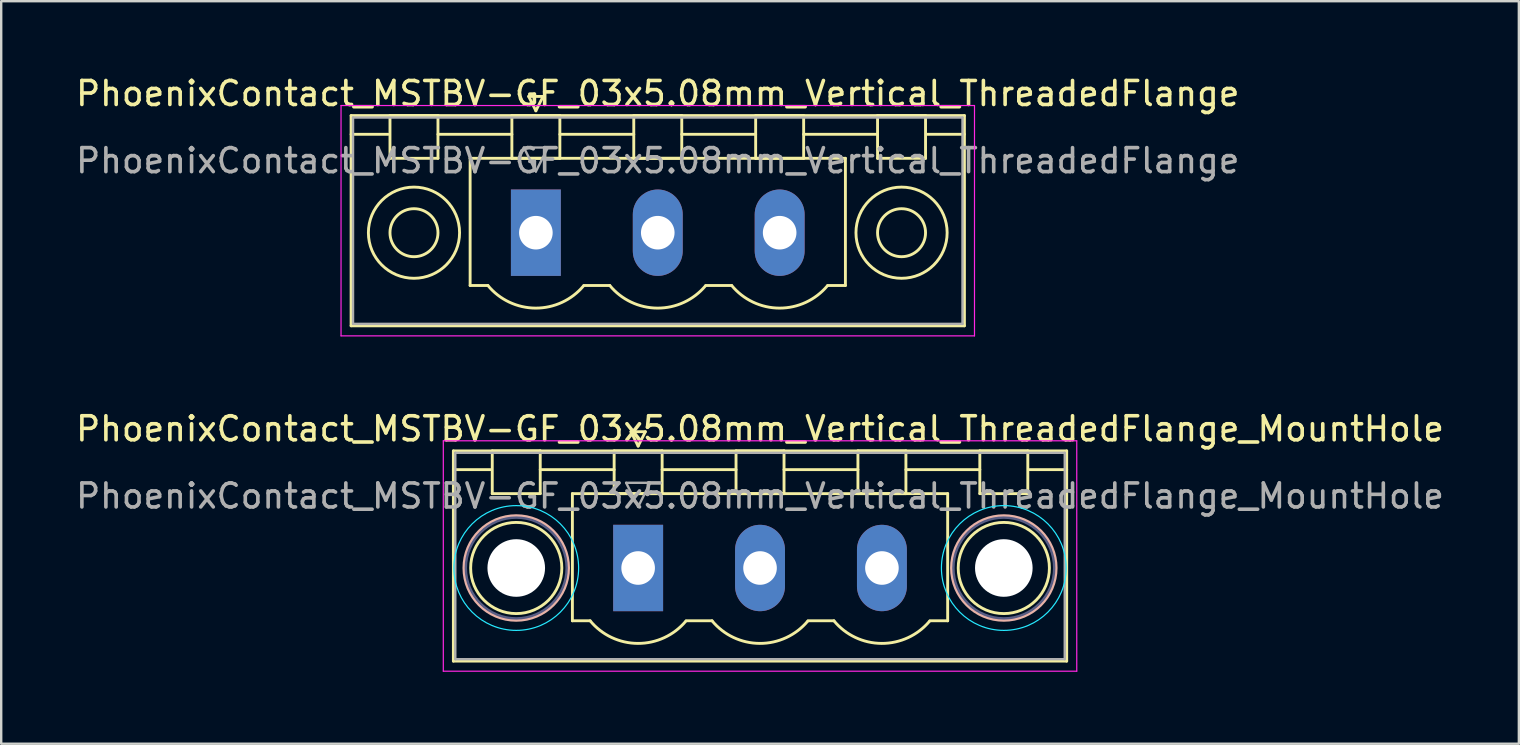
<source format=kicad_pcb>
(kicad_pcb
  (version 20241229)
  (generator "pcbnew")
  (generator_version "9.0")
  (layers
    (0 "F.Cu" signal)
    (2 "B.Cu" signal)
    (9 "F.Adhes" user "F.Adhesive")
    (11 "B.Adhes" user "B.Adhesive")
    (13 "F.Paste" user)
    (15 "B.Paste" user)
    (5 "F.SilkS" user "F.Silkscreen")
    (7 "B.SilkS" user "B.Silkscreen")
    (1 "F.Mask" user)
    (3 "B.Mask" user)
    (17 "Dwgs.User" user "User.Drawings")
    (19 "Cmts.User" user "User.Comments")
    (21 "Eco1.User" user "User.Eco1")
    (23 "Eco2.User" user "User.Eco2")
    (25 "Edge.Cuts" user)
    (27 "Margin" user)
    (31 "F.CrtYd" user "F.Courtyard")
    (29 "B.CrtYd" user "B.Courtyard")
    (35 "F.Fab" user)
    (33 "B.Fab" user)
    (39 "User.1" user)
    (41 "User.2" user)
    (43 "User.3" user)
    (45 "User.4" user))
  (footprint "PhoenixContact_MSTBV-GF_03x5.08mm_Vertical_ThreadedFlange_MountHole"
    (layer "F.Cu")
    (at 23.545 20.622)
    (property "Reference" "PhoenixContact_MSTBV-GF_03x5.08mm_Vertical_ThreadedFlange_MountHole" (at 5.08 -5.8 0) (layer "F.SilkS") (effects (font (size 1 1) (thickness 0.15))))
    (attr through_hole)
    (fp_line (start -7.7 -4.88) (end -7.7 3.88) (stroke (width 0.12) (type solid)) (layer "F.SilkS"))
    (fp_line (start -7.7 -4.1) (end -6.16 -4.1) (stroke (width 0.12) (type solid)) (layer "F.SilkS"))
    (fp_line (start -7.7 3.88) (end 17.86 3.88) (stroke (width 0.12) (type solid)) (layer "F.SilkS"))
    (fp_line (start -6.08 -4.88) (end -4.08 -4.88) (stroke (width 0.12) (type solid)) (layer "F.SilkS"))
    (fp_line (start -6.08 -3.1) (end -6.08 -4.88) (stroke (width 0.12) (type solid)) (layer "F.SilkS"))
    (fp_line (start -4.08 -4.88) (end -4.08 -3.1) (stroke (width 0.12) (type solid)) (layer "F.SilkS"))
    (fp_line (start -4.08 -4.1) (end -1 -4.1) (stroke (width 0.12) (type solid)) (layer "F.SilkS"))
    (fp_line (start -4.08 -3.1) (end -6.08 -3.1) (stroke (width 0.12) (type solid)) (layer "F.SilkS"))
    (fp_line (start -2.74 -3.1) (end 12.9 -3.1) (stroke (width 0.12) (type solid)) (layer "F.SilkS"))
    (fp_line (start -2.74 2.2) (end -2.74 -3.1) (stroke (width 0.12) (type solid)) (layer "F.SilkS"))
    (fp_line (start -2 2.2) (end -2.74 2.2) (stroke (width 0.12) (type solid)) (layer "F.SilkS"))
    (fp_line (start -1 -4.88) (end 1 -4.88) (stroke (width 0.12) (type solid)) (layer "F.SilkS"))
    (fp_line (start -1 -3.1) (end -1 -4.88) (stroke (width 0.12) (type solid)) (layer "F.SilkS"))
    (fp_line (start -0.3 -5.68) (end 0.3 -5.68) (stroke (width 0.12) (type solid)) (layer "F.SilkS"))
    (fp_line (start 0 -5.08) (end -0.3 -5.68) (stroke (width 0.12) (type solid)) (layer "F.SilkS"))
    (fp_line (start 0.3 -5.68) (end 0 -5.08) (stroke (width 0.12) (type solid)) (layer "F.SilkS"))
    (fp_line (start 1 -4.88) (end 1 -3.1) (stroke (width 0.12) (type solid)) (layer "F.SilkS"))
    (fp_line (start 1 -4.1) (end 4.08 -4.1) (stroke (width 0.12) (type solid)) (layer "F.SilkS"))
    (fp_line (start 1 -3.1) (end -1 -3.1) (stroke (width 0.12) (type solid)) (layer "F.SilkS"))
    (fp_line (start 2 2.2) (end 3.08 2.2) (stroke (width 0.12) (type solid)) (layer "F.SilkS"))
    (fp_line (start 4.08 -4.88) (end 6.08 -4.88) (stroke (width 0.12) (type solid)) (layer "F.SilkS"))
    (fp_line (start 4.08 -3.1) (end 4.08 -4.88) (stroke (width 0.12) (type solid)) (layer "F.SilkS"))
    (fp_line (start 6.08 -4.88) (end 6.08 -3.1) (stroke (width 0.12) (type solid)) (layer "F.SilkS"))
    (fp_line (start 6.08 -4.1) (end 9.16 -4.1) (stroke (width 0.12) (type solid)) (layer "F.SilkS"))
    (fp_line (start 6.08 -3.1) (end 4.08 -3.1) (stroke (width 0.12) (type solid)) (layer "F.SilkS"))
    (fp_line (start 7.08 2.2) (end 8.16 2.2) (stroke (width 0.12) (type solid)) (layer "F.SilkS"))
    (fp_line (start 9.16 -4.88) (end 11.16 -4.88) (stroke (width 0.12) (type solid)) (layer "F.SilkS"))
    (fp_line (start 9.16 -3.1) (end 9.16 -4.88) (stroke (width 0.12) (type solid)) (layer "F.SilkS"))
    (fp_line (start 11.16 -4.88) (end 11.16 -3.1) (stroke (width 0.12) (type solid)) (layer "F.SilkS"))
    (fp_line (start 11.16 -4.1) (end 14.24 -4.1) (stroke (width 0.12) (type solid)) (layer "F.SilkS"))
    (fp_line (start 11.16 -3.1) (end 9.16 -3.1) (stroke (width 0.12) (type solid)) (layer "F.SilkS"))
    (fp_line (start 12.9 -3.1) (end 12.9 2.2) (stroke (width 0.12) (type solid)) (layer "F.SilkS"))
    (fp_line (start 12.9 2.2) (end 12.16 2.2) (stroke (width 0.12) (type solid)) (layer "F.SilkS"))
    (fp_line (start 14.24 -4.88) (end 16.24 -4.88) (stroke (width 0.12) (type solid)) (layer "F.SilkS"))
    (fp_line (start 14.24 -3.1) (end 14.24 -4.88) (stroke (width 0.12) (type solid)) (layer "F.SilkS"))
    (fp_line (start 16.24 -4.88) (end 16.24 -3.1) (stroke (width 0.12) (type solid)) (layer "F.SilkS"))
    (fp_line (start 16.24 -3.1) (end 14.24 -3.1) (stroke (width 0.12) (type solid)) (layer "F.SilkS"))
    (fp_line (start 17.86 -4.88) (end -7.7 -4.88) (stroke (width 0.12) (type solid)) (layer "F.SilkS"))
    (fp_line (start 17.86 -4.1) (end 16.32 -4.1) (stroke (width 0.12) (type solid)) (layer "F.SilkS"))
    (fp_line (start 17.86 3.88) (end 17.86 -4.88) (stroke (width 0.12) (type solid)) (layer "F.SilkS"))
    (fp_arc (start 1.986842 2.215821) (mid -0.010289 3.142758) (end -2 2.2) (stroke (width 0.12) (type solid)) (layer "F.SilkS"))
    (fp_arc (start 7.066842 2.215821) (mid 5.069711 3.142758) (end 3.08 2.2) (stroke (width 0.12) (type solid)) (layer "F.SilkS"))
    (fp_arc (start 12.146842 2.215821) (mid 10.149711 3.142758) (end 8.16 2.2) (stroke (width 0.12) (type solid)) (layer "F.SilkS"))
    (fp_circle (center -5.08 0) (end -3.18 0) (stroke (width 0.12) (type solid)) (fill no) (layer "F.SilkS"))
    (fp_circle (center 15.24 0) (end 17.14 0) (stroke (width 0.12) (type solid)) (fill no) (layer "F.SilkS"))
    (fp_circle (center -5.08 0) (end -2.9 0) (stroke (width 0.12) (type solid)) (fill no) (layer "B.SilkS"))
    (fp_circle (center 15.24 0) (end 17.42 0) (stroke (width 0.12) (type solid)) (fill no) (layer "B.SilkS"))
    (fp_circle (center -5.08 0) (end -2.48 0) (stroke (width 0.05) (type solid)) (fill no) (layer "B.CrtYd"))
    (fp_circle (center 15.24 0) (end 17.84 0) (stroke (width 0.05) (type solid)) (fill no) (layer "B.CrtYd"))
    (fp_line (start -8.12 -5.3) (end -8.12 4.3) (stroke (width 0.05) (type solid)) (layer "F.CrtYd"))
    (fp_line (start -8.12 4.3) (end 18.28 4.3) (stroke (width 0.05) (type solid)) (layer "F.CrtYd"))
    (fp_line (start 18.28 -5.3) (end -8.12 -5.3) (stroke (width 0.05) (type solid)) (layer "F.CrtYd"))
    (fp_line (start 18.28 4.3) (end 18.28 -5.3) (stroke (width 0.05) (type solid)) (layer "F.CrtYd"))
    (fp_circle (center -5.08 0) (end -2.98 0) (stroke (width 0.1) (type solid)) (fill no) (layer "B.Fab"))
    (fp_circle (center 15.24 0) (end 17.34 0) (stroke (width 0.1) (type solid)) (fill no) (layer "B.Fab"))
    (fp_line (start -7.62 -4.8) (end -7.62 3.8) (stroke (width 0.1) (type solid)) (layer "F.Fab"))
    (fp_line (start -7.62 3.8) (end 17.78 3.8) (stroke (width 0.1) (type solid)) (layer "F.Fab"))
    (fp_line (start -0.5 -3.55) (end 0.5 -3.55) (stroke (width 0.1) (type solid)) (layer "F.Fab"))
    (fp_line (start 0 -2.55) (end -0.5 -3.55) (stroke (width 0.1) (type solid)) (layer "F.Fab"))
    (fp_line (start 0.5 -3.55) (end 0 -2.55) (stroke (width 0.1) (type solid)) (layer "F.Fab"))
    (fp_line (start 17.78 -4.8) (end -7.62 -4.8) (stroke (width 0.1) (type solid)) (layer "F.Fab"))
    (fp_line (start 17.78 3.8) (end 17.78 -4.8) (stroke (width 0.1) (type solid)) (layer "F.Fab"))
    (fp_text user "${REFERENCE}" (at 5.08 -3 0) (layer "F.Fab") (effects (font (size 1 1) (thickness 0.15))))
    (pad "" np_thru_hole circle (at -5.08 0) (size 2.4 2.4) (drill 2.4) (layers "*.Cu" "*.Mask"))
    (pad "" np_thru_hole circle (at 15.24 0) (size 2.4 2.4) (drill 2.4) (layers "*.Cu" "*.Mask"))
    (pad "1" thru_hole rect (at 0 0) (size 2.08 3.6) (drill 1.4) (layers "*.Cu" "*.Mask"))
    (pad "2" thru_hole oval (at 5.08 0) (size 2.08 3.6) (drill 1.4) (layers "*.Cu" "*.Mask"))
    (pad "3" thru_hole oval (at 10.16 0) (size 2.08 3.6) (drill 1.4) (layers "*.Cu" "*.Mask")))
  (footprint "PhoenixContact_MSTBV-GF_03x5.08mm_Vertical_ThreadedFlange"
    (layer "F.Cu")
    (at 19.283 6.648)
    (property "Reference" "PhoenixContact_MSTBV-GF_03x5.08mm_Vertical_ThreadedFlange" (at 5.08 -5.8 0) (layer "F.SilkS") (effects (font (size 1 1) (thickness 0.15))))
    (attr through_hole)
    (fp_line (start -7.7 -4.88) (end -7.7 3.88) (stroke (width 0.12) (type solid)) (layer "F.SilkS"))
    (fp_line (start -7.7 -4.1) (end -6.16 -4.1) (stroke (width 0.12) (type solid)) (layer "F.SilkS"))
    (fp_line (start -7.7 3.88) (end 17.86 3.88) (stroke (width 0.12) (type solid)) (layer "F.SilkS"))
    (fp_line (start -6.08 -4.88) (end -4.08 -4.88) (stroke (width 0.12) (type solid)) (layer "F.SilkS"))
    (fp_line (start -6.08 -3.1) (end -6.08 -4.88) (stroke (width 0.12) (type solid)) (layer "F.SilkS"))
    (fp_line (start -4.08 -4.88) (end -4.08 -3.1) (stroke (width 0.12) (type solid)) (layer "F.SilkS"))
    (fp_line (start -4.08 -4.1) (end -1 -4.1) (stroke (width 0.12) (type solid)) (layer "F.SilkS"))
    (fp_line (start -4.08 -3.1) (end -6.08 -3.1) (stroke (width 0.12) (type solid)) (layer "F.SilkS"))
    (fp_line (start -2.74 -3.1) (end 12.9 -3.1) (stroke (width 0.12) (type solid)) (layer "F.SilkS"))
    (fp_line (start -2.74 2.2) (end -2.74 -3.1) (stroke (width 0.12) (type solid)) (layer "F.SilkS"))
    (fp_line (start -2 2.2) (end -2.74 2.2) (stroke (width 0.12) (type solid)) (layer "F.SilkS"))
    (fp_line (start -1 -4.88) (end 1 -4.88) (stroke (width 0.12) (type solid)) (layer "F.SilkS"))
    (fp_line (start -1 -3.1) (end -1 -4.88) (stroke (width 0.12) (type solid)) (layer "F.SilkS"))
    (fp_line (start -0.3 -5.68) (end 0.3 -5.68) (stroke (width 0.12) (type solid)) (layer "F.SilkS"))
    (fp_line (start 0 -5.08) (end -0.3 -5.68) (stroke (width 0.12) (type solid)) (layer "F.SilkS"))
    (fp_line (start 0.3 -5.68) (end 0 -5.08) (stroke (width 0.12) (type solid)) (layer "F.SilkS"))
    (fp_line (start 1 -4.88) (end 1 -3.1) (stroke (width 0.12) (type solid)) (layer "F.SilkS"))
    (fp_line (start 1 -4.1) (end 4.08 -4.1) (stroke (width 0.12) (type solid)) (layer "F.SilkS"))
    (fp_line (start 1 -3.1) (end -1 -3.1) (stroke (width 0.12) (type solid)) (layer "F.SilkS"))
    (fp_line (start 2 2.2) (end 3.08 2.2) (stroke (width 0.12) (type solid)) (layer "F.SilkS"))
    (fp_line (start 4.08 -4.88) (end 6.08 -4.88) (stroke (width 0.12) (type solid)) (layer "F.SilkS"))
    (fp_line (start 4.08 -3.1) (end 4.08 -4.88) (stroke (width 0.12) (type solid)) (layer "F.SilkS"))
    (fp_line (start 6.08 -4.88) (end 6.08 -3.1) (stroke (width 0.12) (type solid)) (layer "F.SilkS"))
    (fp_line (start 6.08 -4.1) (end 9.16 -4.1) (stroke (width 0.12) (type solid)) (layer "F.SilkS"))
    (fp_line (start 6.08 -3.1) (end 4.08 -3.1) (stroke (width 0.12) (type solid)) (layer "F.SilkS"))
    (fp_line (start 7.08 2.2) (end 8.16 2.2) (stroke (width 0.12) (type solid)) (layer "F.SilkS"))
    (fp_line (start 9.16 -4.88) (end 11.16 -4.88) (stroke (width 0.12) (type solid)) (layer "F.SilkS"))
    (fp_line (start 9.16 -3.1) (end 9.16 -4.88) (stroke (width 0.12) (type solid)) (layer "F.SilkS"))
    (fp_line (start 11.16 -4.88) (end 11.16 -3.1) (stroke (width 0.12) (type solid)) (layer "F.SilkS"))
    (fp_line (start 11.16 -4.1) (end 14.24 -4.1) (stroke (width 0.12) (type solid)) (layer "F.SilkS"))
    (fp_line (start 11.16 -3.1) (end 9.16 -3.1) (stroke (width 0.12) (type solid)) (layer "F.SilkS"))
    (fp_line (start 12.9 -3.1) (end 12.9 2.2) (stroke (width 0.12) (type solid)) (layer "F.SilkS"))
    (fp_line (start 12.9 2.2) (end 12.16 2.2) (stroke (width 0.12) (type solid)) (layer "F.SilkS"))
    (fp_line (start 14.24 -4.88) (end 16.24 -4.88) (stroke (width 0.12) (type solid)) (layer "F.SilkS"))
    (fp_line (start 14.24 -3.1) (end 14.24 -4.88) (stroke (width 0.12) (type solid)) (layer "F.SilkS"))
    (fp_line (start 16.24 -4.88) (end 16.24 -3.1) (stroke (width 0.12) (type solid)) (layer "F.SilkS"))
    (fp_line (start 16.24 -3.1) (end 14.24 -3.1) (stroke (width 0.12) (type solid)) (layer "F.SilkS"))
    (fp_line (start 17.86 -4.88) (end -7.7 -4.88) (stroke (width 0.12) (type solid)) (layer "F.SilkS"))
    (fp_line (start 17.86 -4.1) (end 16.32 -4.1) (stroke (width 0.12) (type solid)) (layer "F.SilkS"))
    (fp_line (start 17.86 3.88) (end 17.86 -4.88) (stroke (width 0.12) (type solid)) (layer "F.SilkS"))
    (fp_arc (start 1.986842 2.215821) (mid -0.010289 3.142758) (end -2 2.2) (stroke (width 0.12) (type solid)) (layer "F.SilkS"))
    (fp_arc (start 7.066842 2.215821) (mid 5.069711 3.142758) (end 3.08 2.2) (stroke (width 0.12) (type solid)) (layer "F.SilkS"))
    (fp_arc (start 12.146842 2.215821) (mid 10.149711 3.142758) (end 8.16 2.2) (stroke (width 0.12) (type solid)) (layer "F.SilkS"))
    (fp_circle (center -5.08 0) (end -4.08 0) (stroke (width 0.12) (type solid)) (fill no) (layer "F.SilkS"))
    (fp_circle (center -5.08 0) (end -3.18 0) (stroke (width 0.12) (type solid)) (fill no) (layer "F.SilkS"))
    (fp_circle (center 15.24 0) (end 16.24 0) (stroke (width 0.12) (type solid)) (fill no) (layer "F.SilkS"))
    (fp_circle (center 15.24 0) (end 17.14 0) (stroke (width 0.12) (type solid)) (fill no) (layer "F.SilkS"))
    (fp_line (start -8.12 -5.3) (end -8.12 4.3) (stroke (width 0.05) (type solid)) (layer "F.CrtYd"))
    (fp_line (start -8.12 4.3) (end 18.28 4.3) (stroke (width 0.05) (type solid)) (layer "F.CrtYd"))
    (fp_line (start 18.28 -5.3) (end -8.12 -5.3) (stroke (width 0.05) (type solid)) (layer "F.CrtYd"))
    (fp_line (start 18.28 4.3) (end 18.28 -5.3) (stroke (width 0.05) (type solid)) (layer "F.CrtYd"))
    (fp_line (start -7.62 -4.8) (end -7.62 3.8) (stroke (width 0.1) (type solid)) (layer "F.Fab"))
    (fp_line (start -7.62 3.8) (end 17.78 3.8) (stroke (width 0.1) (type solid)) (layer "F.Fab"))
    (fp_line (start -0.5 -3.55) (end 0.5 -3.55) (stroke (width 0.1) (type solid)) (layer "F.Fab"))
    (fp_line (start 0 -2.55) (end -0.5 -3.55) (stroke (width 0.1) (type solid)) (layer "F.Fab"))
    (fp_line (start 0.5 -3.55) (end 0 -2.55) (stroke (width 0.1) (type solid)) (layer "F.Fab"))
    (fp_line (start 17.78 -4.8) (end -7.62 -4.8) (stroke (width 0.1) (type solid)) (layer "F.Fab"))
    (fp_line (start 17.78 3.8) (end 17.78 -4.8) (stroke (width 0.1) (type solid)) (layer "F.Fab"))
    (fp_text user "${REFERENCE}" (at 5.08 -3 0) (layer "F.Fab") (effects (font (size 1 1) (thickness 0.15))))
    (pad "1" thru_hole rect (at 0 0) (size 2.08 3.6) (drill 1.4) (layers "*.Cu" "*.Mask"))
    (pad "2" thru_hole oval (at 5.08 0) (size 2.08 3.6) (drill 1.4) (layers "*.Cu" "*.Mask"))
    (pad "3" thru_hole oval (at 10.16 0) (size 2.08 3.6) (drill 1.4) (layers "*.Cu" "*.Mask")))
  (gr_rect
    (start -3 -3)
    (end 60.25 27.947)
    (stroke (width 0.1) (type default))
    (fill no)
    (layer "Edge.Cuts")))
</source>
